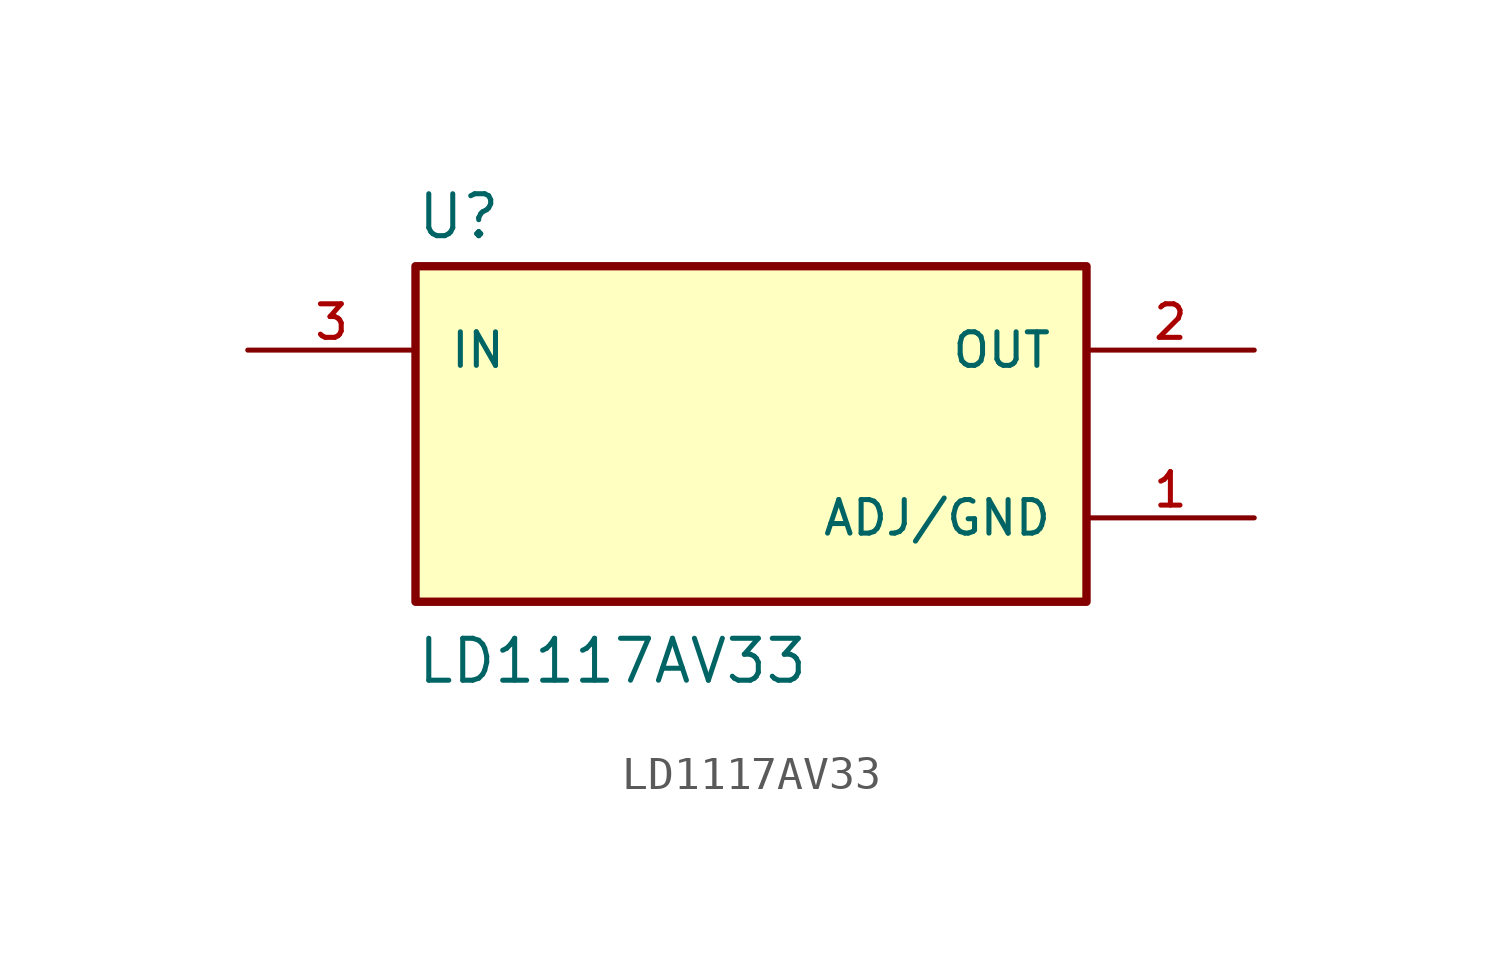
<source format=kicad_sym>
(kicad_symbol_lib
  (version 20211014)
  (generator kicad_symbol_editor)
  (symbol "LD1117AV33"
    (pin_names
      (offset 1.016))
    (property "Reference" "U"
      (at -10.16 5.842 0)
      (effects (font (size 1.27 1.27)) (justify bottom left)))
    (property "Value" "LD1117AV33"
      (at -10.16 -7.62 0)
      (effects (font (size 1.27 1.27)) (justify bottom left)))
    (symbol "LD1117AV33_0_0"
      (rectangle (start -10.16 -5.08) (end 10.16 5.08) (stroke (width 0.254)) (fill (type background)))
      (pin input line (at -15.24 2.54 0) (length 5.08) (name "IN" (effects (font (size 1.016 1.016)))) (number "3" (effects (font (size 1.016 1.016)))))
      (pin passive line (at 15.24 -2.54 180.0) (length 5.08) (name "ADJ/GND" (effects (font (size 1.016 1.016)))) (number "1" (effects (font (size 1.016 1.016)))))
      (pin output line (at 15.24 2.54 180.0) (length 5.08) (name "OUT" (effects (font (size 1.016 1.016)))) (number "2" (effects (font (size 1.016 1.016))))))))
</source>
